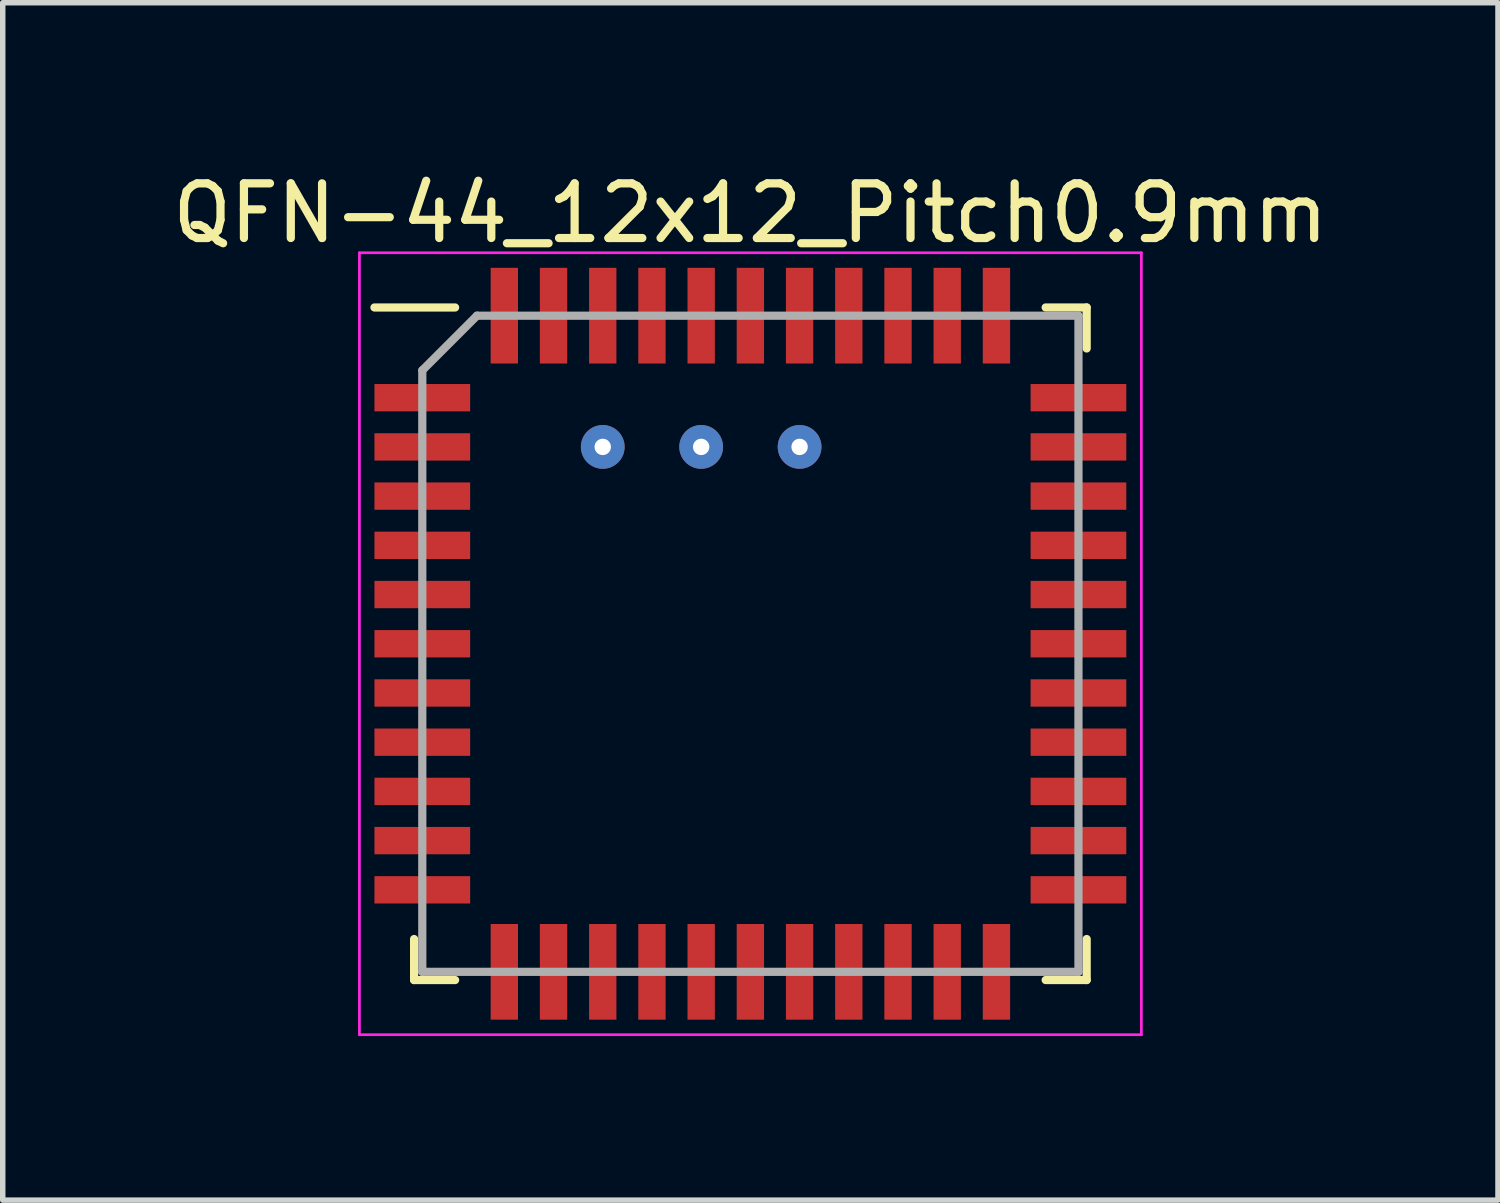
<source format=kicad_pcb>
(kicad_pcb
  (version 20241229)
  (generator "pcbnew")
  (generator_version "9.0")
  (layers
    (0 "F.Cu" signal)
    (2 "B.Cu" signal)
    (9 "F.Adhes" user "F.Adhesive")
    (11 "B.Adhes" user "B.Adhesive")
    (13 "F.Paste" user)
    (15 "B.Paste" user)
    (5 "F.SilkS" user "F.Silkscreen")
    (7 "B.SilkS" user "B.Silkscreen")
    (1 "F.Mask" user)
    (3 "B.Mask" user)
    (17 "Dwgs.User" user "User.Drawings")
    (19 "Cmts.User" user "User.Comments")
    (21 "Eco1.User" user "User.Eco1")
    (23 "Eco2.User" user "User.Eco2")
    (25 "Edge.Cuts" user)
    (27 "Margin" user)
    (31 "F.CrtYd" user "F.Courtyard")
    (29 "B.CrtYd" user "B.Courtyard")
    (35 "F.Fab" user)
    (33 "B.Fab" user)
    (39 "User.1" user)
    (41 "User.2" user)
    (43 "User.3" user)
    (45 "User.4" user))
  (footprint "QFN-44_12x12_Pitch0.9mm"
    (layer "F.Cu")
    (at 10.673 8.723)
    (property "Reference" "QFN-44_12x12_Pitch0.9mm" (at 0 -7.875 0) (layer "F.SilkS") (effects (font (size 1 1) (thickness 0.15))))
    (attr smd)
    (fp_line (start -6.15 6.15) (end -6.15 5.4) (stroke (width 0.15) (type solid)) (layer "F.SilkS"))
    (fp_line (start -5.4 -6.15) (end -6.875 -6.15) (stroke (width 0.15) (type solid)) (layer "F.SilkS"))
    (fp_line (start -5.4 6.15) (end -6.15 6.15) (stroke (width 0.15) (type solid)) (layer "F.SilkS"))
    (fp_line (start 5.4 -6.15) (end 6.15 -6.15) (stroke (width 0.15) (type solid)) (layer "F.SilkS"))
    (fp_line (start 5.4 6.15) (end 6.15 6.15) (stroke (width 0.15) (type solid)) (layer "F.SilkS"))
    (fp_line (start 6.15 -6.15) (end 6.15 -5.4) (stroke (width 0.15) (type solid)) (layer "F.SilkS"))
    (fp_line (start 6.15 6.15) (end 6.15 5.4) (stroke (width 0.15) (type solid)) (layer "F.SilkS"))
    (fp_line (start -7.15 -7.15) (end 7.15 -7.15) (stroke (width 0.05) (type solid)) (layer "F.CrtYd"))
    (fp_line (start -7.15 7.15) (end -7.15 -7.15) (stroke (width 0.05) (type solid)) (layer "F.CrtYd"))
    (fp_line (start 7.15 -7.15) (end 7.15 7.15) (stroke (width 0.05) (type solid)) (layer "F.CrtYd"))
    (fp_line (start 7.15 7.15) (end -7.15 7.15) (stroke (width 0.05) (type solid)) (layer "F.CrtYd"))
    (fp_line (start -6 -5) (end -6 6) (stroke (width 0.15) (type solid)) (layer "F.Fab"))
    (fp_line (start -6 6) (end 6 6) (stroke (width 0.15) (type solid)) (layer "F.Fab"))
    (fp_line (start -5 -6) (end -6 -5) (stroke (width 0.15) (type solid)) (layer "F.Fab"))
    (fp_line (start 6 -6) (end -5 -6) (stroke (width 0.15) (type solid)) (layer "F.Fab"))
    (fp_line (start 6 6) (end 6 -6) (stroke (width 0.15) (type solid)) (layer "F.Fab"))
    (pad "1" smd rect (at -6 -4.5 90) (size 0.5 1.75) (layers "F.Cu" "F.Mask" "F.Paste"))
    (pad "2" smd rect (at -6 -3.6 90) (size 0.5 1.75) (layers "F.Cu" "F.Mask" "F.Paste"))
    (pad "3" smd rect (at -6 -2.7 90) (size 0.5 1.75) (layers "F.Cu" "F.Mask" "F.Paste"))
    (pad "4" smd rect (at -6 -1.8 90) (size 0.5 1.75) (layers "F.Cu" "F.Mask" "F.Paste"))
    (pad "5" smd rect (at -6 -0.9 90) (size 0.5 1.75) (layers "F.Cu" "F.Mask" "F.Paste"))
    (pad "6" smd rect (at -6 0 90) (size 0.5 1.75) (layers "F.Cu" "F.Mask" "F.Paste"))
    (pad "7" smd rect (at -6 0.9 90) (size 0.5 1.75) (layers "F.Cu" "F.Mask" "F.Paste"))
    (pad "8" smd rect (at -6 1.8 90) (size 0.5 1.75) (layers "F.Cu" "F.Mask" "F.Paste"))
    (pad "9" smd rect (at -6 2.7 90) (size 0.5 1.75) (layers "F.Cu" "F.Mask" "F.Paste"))
    (pad "10" smd rect (at -6 3.6 90) (size 0.5 1.75) (layers "F.Cu" "F.Mask" "F.Paste"))
    (pad "11" smd rect (at -6 4.5 90) (size 0.5 1.75) (layers "F.Cu" "F.Mask" "F.Paste"))
    (pad "12" smd rect (at -4.5 6) (size 0.5 1.75) (layers "F.Cu" "F.Mask" "F.Paste"))
    (pad "13" smd rect (at -3.6 6) (size 0.5 1.75) (layers "F.Cu" "F.Mask" "F.Paste"))
    (pad "14" smd rect (at -2.7 6) (size 0.5 1.75) (layers "F.Cu" "F.Mask" "F.Paste"))
    (pad "15" smd rect (at -1.8 6) (size 0.5 1.75) (layers "F.Cu" "F.Mask" "F.Paste"))
    (pad "16" smd rect (at -0.9 6) (size 0.5 1.75) (layers "F.Cu" "F.Mask" "F.Paste"))
    (pad "17" smd rect (at 0 6) (size 0.5 1.75) (layers "F.Cu" "F.Mask" "F.Paste"))
    (pad "18" smd rect (at 0.9 6) (size 0.5 1.75) (layers "F.Cu" "F.Mask" "F.Paste"))
    (pad "19" smd rect (at 1.8 6) (size 0.5 1.75) (layers "F.Cu" "F.Mask" "F.Paste"))
    (pad "20" smd rect (at 2.7 6) (size 0.5 1.75) (layers "F.Cu" "F.Mask" "F.Paste"))
    (pad "21" smd rect (at 3.6 6) (size 0.5 1.75) (layers "F.Cu" "F.Mask" "F.Paste"))
    (pad "22" smd rect (at 4.5 6) (size 0.5 1.75) (layers "F.Cu" "F.Mask" "F.Paste"))
    (pad "23" smd rect (at 6 4.5 90) (size 0.5 1.75) (layers "F.Cu" "F.Mask" "F.Paste"))
    (pad "24" smd rect (at 6 3.6 90) (size 0.5 1.75) (layers "F.Cu" "F.Mask" "F.Paste"))
    (pad "25" smd rect (at 6 2.7 90) (size 0.5 1.75) (layers "F.Cu" "F.Mask" "F.Paste"))
    (pad "26" smd rect (at 6 1.8 90) (size 0.5 1.75) (layers "F.Cu" "F.Mask" "F.Paste"))
    (pad "27" smd rect (at 6 0.9 90) (size 0.5 1.75) (layers "F.Cu" "F.Mask" "F.Paste"))
    (pad "28" smd rect (at 6 0 90) (size 0.5 1.75) (layers "F.Cu" "F.Mask" "F.Paste"))
    (pad "29" smd rect (at 6 -0.9 90) (size 0.5 1.75) (layers "F.Cu" "F.Mask" "F.Paste"))
    (pad "30" smd rect (at 6 -1.8 90) (size 0.5 1.75) (layers "F.Cu" "F.Mask" "F.Paste"))
    (pad "31" smd rect (at 6 -2.7 90) (size 0.5 1.75) (layers "F.Cu" "F.Mask" "F.Paste"))
    (pad "32" smd rect (at 6 -3.6 90) (size 0.5 1.75) (layers "F.Cu" "F.Mask" "F.Paste"))
    (pad "33" smd rect (at 6 -4.5 90) (size 0.5 1.75) (layers "F.Cu" "F.Mask" "F.Paste"))
    (pad "34" smd rect (at 4.5 -6) (size 0.5 1.75) (layers "F.Cu" "F.Mask" "F.Paste"))
    (pad "35" smd rect (at 3.6 -6) (size 0.5 1.75) (layers "F.Cu" "F.Mask" "F.Paste"))
    (pad "36" smd rect (at 2.7 -6) (size 0.5 1.75) (layers "F.Cu" "F.Mask" "F.Paste"))
    (pad "37" smd rect (at 1.8 -6) (size 0.5 1.75) (layers "F.Cu" "F.Mask" "F.Paste"))
    (pad "38" smd rect (at 0.9 -6) (size 0.5 1.75) (layers "F.Cu" "F.Mask" "F.Paste"))
    (pad "39" smd rect (at 0 -6) (size 0.5 1.75) (layers "F.Cu" "F.Mask" "F.Paste"))
    (pad "40" smd rect (at -0.9 -6) (size 0.5 1.75) (layers "F.Cu" "F.Mask" "F.Paste"))
    (pad "41" smd rect (at -1.8 -6) (size 0.5 1.75) (layers "F.Cu" "F.Mask" "F.Paste"))
    (pad "42" smd rect (at -2.7 -6) (size 0.5 1.75) (layers "F.Cu" "F.Mask" "F.Paste"))
    (pad "43" smd rect (at -3.6 -6) (size 0.5 1.75) (layers "F.Cu" "F.Mask" "F.Paste"))
    (pad "44" smd rect (at -4.5 -6) (size 0.5 1.75) (layers "F.Cu" "F.Mask" "F.Paste"))
    (pad "45" thru_hole circle (at -2.7 -3.6) (size 0.8 0.8) (drill 0.3) (layers "*.Cu" "*.Mask"))
    (pad "46" thru_hole circle (at -0.9 -3.6) (size 0.8 0.8) (drill 0.3) (layers "*.Cu" "*.Mask"))
    (pad "47" thru_hole circle (at 0.9 -3.6) (size 0.8 0.8) (drill 0.3) (layers "*.Cu" "*.Mask")))
  (gr_rect
    (start -3 -3)
    (end 24.345 18.898)
    (stroke (width 0.1) (type default))
    (fill no)
    (layer "Edge.Cuts")))
</source>
